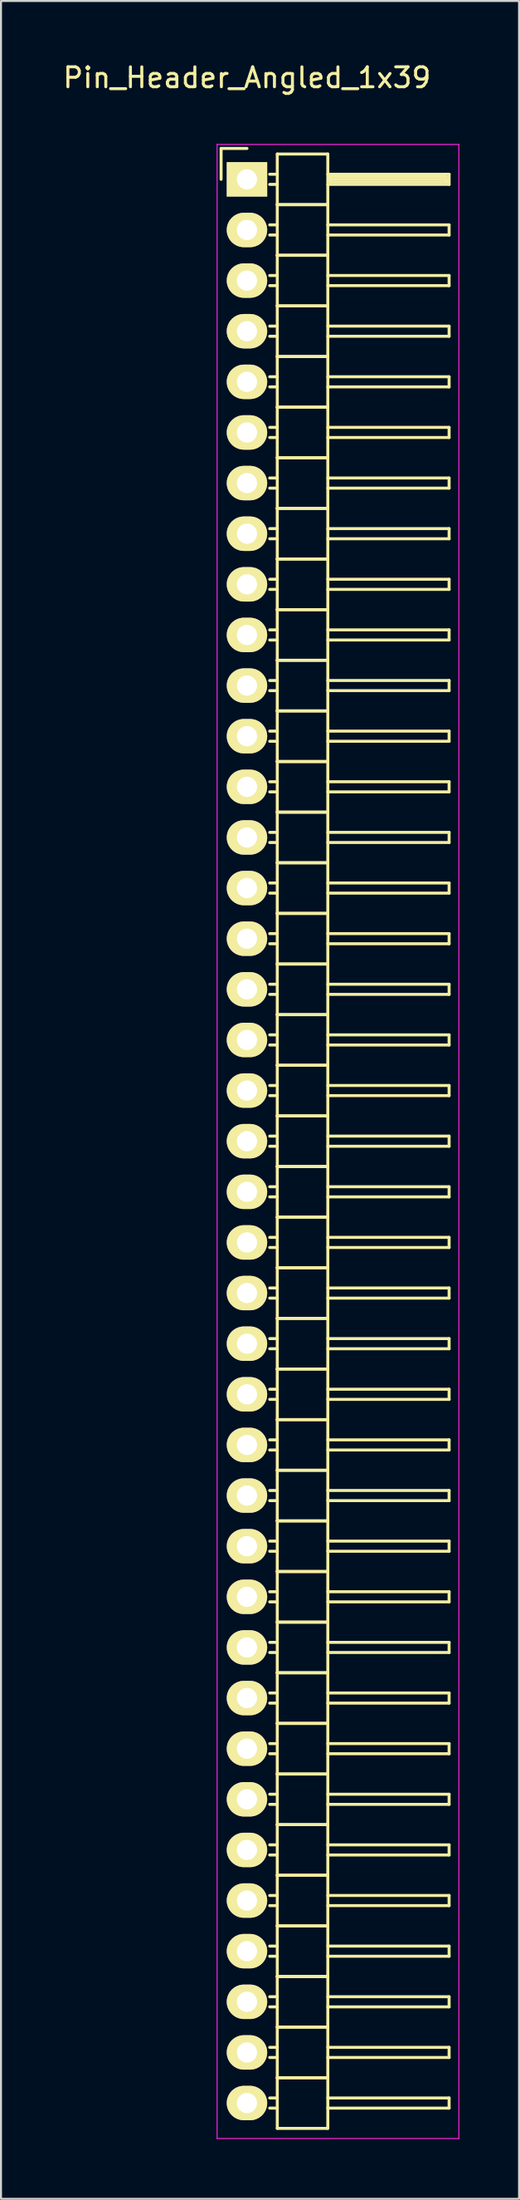
<source format=kicad_pcb>
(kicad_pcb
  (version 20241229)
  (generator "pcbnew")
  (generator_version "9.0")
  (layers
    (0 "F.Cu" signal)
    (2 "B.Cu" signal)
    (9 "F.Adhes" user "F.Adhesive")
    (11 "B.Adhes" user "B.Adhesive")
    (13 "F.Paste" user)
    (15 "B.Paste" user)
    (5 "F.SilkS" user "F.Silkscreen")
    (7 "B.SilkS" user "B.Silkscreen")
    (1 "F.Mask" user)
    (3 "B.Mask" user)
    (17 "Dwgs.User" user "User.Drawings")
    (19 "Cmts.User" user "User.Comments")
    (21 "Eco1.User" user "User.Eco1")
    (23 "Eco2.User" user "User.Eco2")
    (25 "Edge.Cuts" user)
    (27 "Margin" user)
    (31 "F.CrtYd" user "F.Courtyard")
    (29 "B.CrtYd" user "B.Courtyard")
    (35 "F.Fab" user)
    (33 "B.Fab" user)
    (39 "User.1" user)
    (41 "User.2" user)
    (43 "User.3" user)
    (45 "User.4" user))
  (footprint "Pin_Header_Angled_1x39"
    (layer "F.Cu")
    (at 9.363 5.948)
    (property "Reference" "Pin_Header_Angled_1x39" (at 0 -5.1 0) (layer "F.SilkS") (effects (font (size 1 1) (thickness 0.15))))
    (attr through_hole)
    (fp_line (start -1.3 -1.55) (end -1.3 0) (stroke (width 0.15) (type solid)) (layer "F.SilkS"))
    (fp_line (start 0 -1.55) (end -1.3 -1.55) (stroke (width 0.15) (type solid)) (layer "F.SilkS"))
    (fp_line (start 1.524 -1.27) (end 1.524 1.27) (stroke (width 0.15) (type solid)) (layer "F.SilkS"))
    (fp_line (start 1.524 -1.27) (end 4.064 -1.27) (stroke (width 0.15) (type solid)) (layer "F.SilkS"))
    (fp_line (start 1.524 -0.254) (end 1.143 -0.254) (stroke (width 0.15) (type solid)) (layer "F.SilkS"))
    (fp_line (start 1.524 0.254) (end 1.143 0.254) (stroke (width 0.15) (type solid)) (layer "F.SilkS"))
    (fp_line (start 1.524 1.27) (end 1.524 3.81) (stroke (width 0.15) (type solid)) (layer "F.SilkS"))
    (fp_line (start 1.524 1.27) (end 4.064 1.27) (stroke (width 0.15) (type solid)) (layer "F.SilkS"))
    (fp_line (start 1.524 1.27) (end 4.064 1.27) (stroke (width 0.15) (type solid)) (layer "F.SilkS"))
    (fp_line (start 1.524 2.286) (end 1.143 2.286) (stroke (width 0.15) (type solid)) (layer "F.SilkS"))
    (fp_line (start 1.524 2.794) (end 1.143 2.794) (stroke (width 0.15) (type solid)) (layer "F.SilkS"))
    (fp_line (start 1.524 3.81) (end 1.524 6.35) (stroke (width 0.15) (type solid)) (layer "F.SilkS"))
    (fp_line (start 1.524 3.81) (end 4.064 3.81) (stroke (width 0.15) (type solid)) (layer "F.SilkS"))
    (fp_line (start 1.524 3.81) (end 4.064 3.81) (stroke (width 0.15) (type solid)) (layer "F.SilkS"))
    (fp_line (start 1.524 4.826) (end 1.143 4.826) (stroke (width 0.15) (type solid)) (layer "F.SilkS"))
    (fp_line (start 1.524 5.334) (end 1.143 5.334) (stroke (width 0.15) (type solid)) (layer "F.SilkS"))
    (fp_line (start 1.524 6.35) (end 1.524 8.89) (stroke (width 0.15) (type solid)) (layer "F.SilkS"))
    (fp_line (start 1.524 6.35) (end 4.064 6.35) (stroke (width 0.15) (type solid)) (layer "F.SilkS"))
    (fp_line (start 1.524 6.35) (end 4.064 6.35) (stroke (width 0.15) (type solid)) (layer "F.SilkS"))
    (fp_line (start 1.524 7.366) (end 1.143 7.366) (stroke (width 0.15) (type solid)) (layer "F.SilkS"))
    (fp_line (start 1.524 7.874) (end 1.143 7.874) (stroke (width 0.15) (type solid)) (layer "F.SilkS"))
    (fp_line (start 1.524 8.89) (end 1.524 11.43) (stroke (width 0.15) (type solid)) (layer "F.SilkS"))
    (fp_line (start 1.524 8.89) (end 4.064 8.89) (stroke (width 0.15) (type solid)) (layer "F.SilkS"))
    (fp_line (start 1.524 8.89) (end 4.064 8.89) (stroke (width 0.15) (type solid)) (layer "F.SilkS"))
    (fp_line (start 1.524 9.906) (end 1.143 9.906) (stroke (width 0.15) (type solid)) (layer "F.SilkS"))
    (fp_line (start 1.524 10.414) (end 1.143 10.414) (stroke (width 0.15) (type solid)) (layer "F.SilkS"))
    (fp_line (start 1.524 11.43) (end 1.524 13.97) (stroke (width 0.15) (type solid)) (layer "F.SilkS"))
    (fp_line (start 1.524 11.43) (end 4.064 11.43) (stroke (width 0.15) (type solid)) (layer "F.SilkS"))
    (fp_line (start 1.524 11.43) (end 4.064 11.43) (stroke (width 0.15) (type solid)) (layer "F.SilkS"))
    (fp_line (start 1.524 12.446) (end 1.143 12.446) (stroke (width 0.15) (type solid)) (layer "F.SilkS"))
    (fp_line (start 1.524 12.954) (end 1.143 12.954) (stroke (width 0.15) (type solid)) (layer "F.SilkS"))
    (fp_line (start 1.524 13.97) (end 1.524 16.51) (stroke (width 0.15) (type solid)) (layer "F.SilkS"))
    (fp_line (start 1.524 13.97) (end 4.064 13.97) (stroke (width 0.15) (type solid)) (layer "F.SilkS"))
    (fp_line (start 1.524 13.97) (end 4.064 13.97) (stroke (width 0.15) (type solid)) (layer "F.SilkS"))
    (fp_line (start 1.524 14.986) (end 1.143 14.986) (stroke (width 0.15) (type solid)) (layer "F.SilkS"))
    (fp_line (start 1.524 15.494) (end 1.143 15.494) (stroke (width 0.15) (type solid)) (layer "F.SilkS"))
    (fp_line (start 1.524 16.51) (end 1.524 19.05) (stroke (width 0.15) (type solid)) (layer "F.SilkS"))
    (fp_line (start 1.524 16.51) (end 4.064 16.51) (stroke (width 0.15) (type solid)) (layer "F.SilkS"))
    (fp_line (start 1.524 16.51) (end 4.064 16.51) (stroke (width 0.15) (type solid)) (layer "F.SilkS"))
    (fp_line (start 1.524 17.526) (end 1.143 17.526) (stroke (width 0.15) (type solid)) (layer "F.SilkS"))
    (fp_line (start 1.524 18.034) (end 1.143 18.034) (stroke (width 0.15) (type solid)) (layer "F.SilkS"))
    (fp_line (start 1.524 19.05) (end 1.524 21.59) (stroke (width 0.15) (type solid)) (layer "F.SilkS"))
    (fp_line (start 1.524 19.05) (end 4.064 19.05) (stroke (width 0.15) (type solid)) (layer "F.SilkS"))
    (fp_line (start 1.524 19.05) (end 4.064 19.05) (stroke (width 0.15) (type solid)) (layer "F.SilkS"))
    (fp_line (start 1.524 20.066) (end 1.143 20.066) (stroke (width 0.15) (type solid)) (layer "F.SilkS"))
    (fp_line (start 1.524 20.574) (end 1.143 20.574) (stroke (width 0.15) (type solid)) (layer "F.SilkS"))
    (fp_line (start 1.524 21.59) (end 1.524 24.13) (stroke (width 0.15) (type solid)) (layer "F.SilkS"))
    (fp_line (start 1.524 21.59) (end 4.064 21.59) (stroke (width 0.15) (type solid)) (layer "F.SilkS"))
    (fp_line (start 1.524 21.59) (end 4.064 21.59) (stroke (width 0.15) (type solid)) (layer "F.SilkS"))
    (fp_line (start 1.524 22.606) (end 1.143 22.606) (stroke (width 0.15) (type solid)) (layer "F.SilkS"))
    (fp_line (start 1.524 23.114) (end 1.143 23.114) (stroke (width 0.15) (type solid)) (layer "F.SilkS"))
    (fp_line (start 1.524 24.13) (end 1.524 26.67) (stroke (width 0.15) (type solid)) (layer "F.SilkS"))
    (fp_line (start 1.524 24.13) (end 4.064 24.13) (stroke (width 0.15) (type solid)) (layer "F.SilkS"))
    (fp_line (start 1.524 24.13) (end 4.064 24.13) (stroke (width 0.15) (type solid)) (layer "F.SilkS"))
    (fp_line (start 1.524 25.146) (end 1.143 25.146) (stroke (width 0.15) (type solid)) (layer "F.SilkS"))
    (fp_line (start 1.524 25.654) (end 1.143 25.654) (stroke (width 0.15) (type solid)) (layer "F.SilkS"))
    (fp_line (start 1.524 26.67) (end 1.524 29.21) (stroke (width 0.15) (type solid)) (layer "F.SilkS"))
    (fp_line (start 1.524 26.67) (end 4.064 26.67) (stroke (width 0.15) (type solid)) (layer "F.SilkS"))
    (fp_line (start 1.524 26.67) (end 4.064 26.67) (stroke (width 0.15) (type solid)) (layer "F.SilkS"))
    (fp_line (start 1.524 27.686) (end 1.143 27.686) (stroke (width 0.15) (type solid)) (layer "F.SilkS"))
    (fp_line (start 1.524 28.194) (end 1.143 28.194) (stroke (width 0.15) (type solid)) (layer "F.SilkS"))
    (fp_line (start 1.524 29.21) (end 1.524 31.75) (stroke (width 0.15) (type solid)) (layer "F.SilkS"))
    (fp_line (start 1.524 29.21) (end 4.064 29.21) (stroke (width 0.15) (type solid)) (layer "F.SilkS"))
    (fp_line (start 1.524 29.21) (end 4.064 29.21) (stroke (width 0.15) (type solid)) (layer "F.SilkS"))
    (fp_line (start 1.524 30.226) (end 1.143 30.226) (stroke (width 0.15) (type solid)) (layer "F.SilkS"))
    (fp_line (start 1.524 30.734) (end 1.143 30.734) (stroke (width 0.15) (type solid)) (layer "F.SilkS"))
    (fp_line (start 1.524 31.75) (end 1.524 34.29) (stroke (width 0.15) (type solid)) (layer "F.SilkS"))
    (fp_line (start 1.524 31.75) (end 4.064 31.75) (stroke (width 0.15) (type solid)) (layer "F.SilkS"))
    (fp_line (start 1.524 31.75) (end 4.064 31.75) (stroke (width 0.15) (type solid)) (layer "F.SilkS"))
    (fp_line (start 1.524 32.766) (end 1.143 32.766) (stroke (width 0.15) (type solid)) (layer "F.SilkS"))
    (fp_line (start 1.524 33.274) (end 1.143 33.274) (stroke (width 0.15) (type solid)) (layer "F.SilkS"))
    (fp_line (start 1.524 34.29) (end 1.524 36.83) (stroke (width 0.15) (type solid)) (layer "F.SilkS"))
    (fp_line (start 1.524 34.29) (end 4.064 34.29) (stroke (width 0.15) (type solid)) (layer "F.SilkS"))
    (fp_line (start 1.524 34.29) (end 4.064 34.29) (stroke (width 0.15) (type solid)) (layer "F.SilkS"))
    (fp_line (start 1.524 35.306) (end 1.143 35.306) (stroke (width 0.15) (type solid)) (layer "F.SilkS"))
    (fp_line (start 1.524 35.814) (end 1.143 35.814) (stroke (width 0.15) (type solid)) (layer "F.SilkS"))
    (fp_line (start 1.524 36.83) (end 1.524 39.37) (stroke (width 0.15) (type solid)) (layer "F.SilkS"))
    (fp_line (start 1.524 36.83) (end 4.064 36.83) (stroke (width 0.15) (type solid)) (layer "F.SilkS"))
    (fp_line (start 1.524 36.83) (end 4.064 36.83) (stroke (width 0.15) (type solid)) (layer "F.SilkS"))
    (fp_line (start 1.524 37.846) (end 1.143 37.846) (stroke (width 0.15) (type solid)) (layer "F.SilkS"))
    (fp_line (start 1.524 38.354) (end 1.143 38.354) (stroke (width 0.15) (type solid)) (layer "F.SilkS"))
    (fp_line (start 1.524 39.37) (end 1.524 41.91) (stroke (width 0.15) (type solid)) (layer "F.SilkS"))
    (fp_line (start 1.524 39.37) (end 4.064 39.37) (stroke (width 0.15) (type solid)) (layer "F.SilkS"))
    (fp_line (start 1.524 39.37) (end 4.064 39.37) (stroke (width 0.15) (type solid)) (layer "F.SilkS"))
    (fp_line (start 1.524 40.386) (end 1.143 40.386) (stroke (width 0.15) (type solid)) (layer "F.SilkS"))
    (fp_line (start 1.524 40.894) (end 1.143 40.894) (stroke (width 0.15) (type solid)) (layer "F.SilkS"))
    (fp_line (start 1.524 41.91) (end 1.524 44.45) (stroke (width 0.15) (type solid)) (layer "F.SilkS"))
    (fp_line (start 1.524 41.91) (end 4.064 41.91) (stroke (width 0.15) (type solid)) (layer "F.SilkS"))
    (fp_line (start 1.524 41.91) (end 4.064 41.91) (stroke (width 0.15) (type solid)) (layer "F.SilkS"))
    (fp_line (start 1.524 42.926) (end 1.143 42.926) (stroke (width 0.15) (type solid)) (layer "F.SilkS"))
    (fp_line (start 1.524 43.434) (end 1.143 43.434) (stroke (width 0.15) (type solid)) (layer "F.SilkS"))
    (fp_line (start 1.524 44.45) (end 1.524 46.99) (stroke (width 0.15) (type solid)) (layer "F.SilkS"))
    (fp_line (start 1.524 44.45) (end 4.064 44.45) (stroke (width 0.15) (type solid)) (layer "F.SilkS"))
    (fp_line (start 1.524 44.45) (end 4.064 44.45) (stroke (width 0.15) (type solid)) (layer "F.SilkS"))
    (fp_line (start 1.524 45.466) (end 1.143 45.466) (stroke (width 0.15) (type solid)) (layer "F.SilkS"))
    (fp_line (start 1.524 45.974) (end 1.143 45.974) (stroke (width 0.15) (type solid)) (layer "F.SilkS"))
    (fp_line (start 1.524 46.99) (end 1.524 49.53) (stroke (width 0.15) (type solid)) (layer "F.SilkS"))
    (fp_line (start 1.524 46.99) (end 4.064 46.99) (stroke (width 0.15) (type solid)) (layer "F.SilkS"))
    (fp_line (start 1.524 46.99) (end 4.064 46.99) (stroke (width 0.15) (type solid)) (layer "F.SilkS"))
    (fp_line (start 1.524 48.006) (end 1.143 48.006) (stroke (width 0.15) (type solid)) (layer "F.SilkS"))
    (fp_line (start 1.524 48.514) (end 1.143 48.514) (stroke (width 0.15) (type solid)) (layer "F.SilkS"))
    (fp_line (start 1.524 49.53) (end 1.524 52.07) (stroke (width 0.15) (type solid)) (layer "F.SilkS"))
    (fp_line (start 1.524 49.53) (end 4.064 49.53) (stroke (width 0.15) (type solid)) (layer "F.SilkS"))
    (fp_line (start 1.524 49.53) (end 4.064 49.53) (stroke (width 0.15) (type solid)) (layer "F.SilkS"))
    (fp_line (start 1.524 50.546) (end 1.143 50.546) (stroke (width 0.15) (type solid)) (layer "F.SilkS"))
    (fp_line (start 1.524 51.054) (end 1.143 51.054) (stroke (width 0.15) (type solid)) (layer "F.SilkS"))
    (fp_line (start 1.524 52.07) (end 1.524 54.61) (stroke (width 0.15) (type solid)) (layer "F.SilkS"))
    (fp_line (start 1.524 52.07) (end 4.064 52.07) (stroke (width 0.15) (type solid)) (layer "F.SilkS"))
    (fp_line (start 1.524 52.07) (end 4.064 52.07) (stroke (width 0.15) (type solid)) (layer "F.SilkS"))
    (fp_line (start 1.524 53.086) (end 1.143 53.086) (stroke (width 0.15) (type solid)) (layer "F.SilkS"))
    (fp_line (start 1.524 53.594) (end 1.143 53.594) (stroke (width 0.15) (type solid)) (layer "F.SilkS"))
    (fp_line (start 1.524 54.61) (end 1.524 57.15) (stroke (width 0.15) (type solid)) (layer "F.SilkS"))
    (fp_line (start 1.524 54.61) (end 4.064 54.61) (stroke (width 0.15) (type solid)) (layer "F.SilkS"))
    (fp_line (start 1.524 54.61) (end 4.064 54.61) (stroke (width 0.15) (type solid)) (layer "F.SilkS"))
    (fp_line (start 1.524 55.626) (end 1.143 55.626) (stroke (width 0.15) (type solid)) (layer "F.SilkS"))
    (fp_line (start 1.524 56.134) (end 1.143 56.134) (stroke (width 0.15) (type solid)) (layer "F.SilkS"))
    (fp_line (start 1.524 57.15) (end 1.524 59.69) (stroke (width 0.15) (type solid)) (layer "F.SilkS"))
    (fp_line (start 1.524 57.15) (end 4.064 57.15) (stroke (width 0.15) (type solid)) (layer "F.SilkS"))
    (fp_line (start 1.524 57.15) (end 4.064 57.15) (stroke (width 0.15) (type solid)) (layer "F.SilkS"))
    (fp_line (start 1.524 58.166) (end 1.143 58.166) (stroke (width 0.15) (type solid)) (layer "F.SilkS"))
    (fp_line (start 1.524 58.674) (end 1.143 58.674) (stroke (width 0.15) (type solid)) (layer "F.SilkS"))
    (fp_line (start 1.524 59.69) (end 1.524 62.23) (stroke (width 0.15) (type solid)) (layer "F.SilkS"))
    (fp_line (start 1.524 59.69) (end 4.064 59.69) (stroke (width 0.15) (type solid)) (layer "F.SilkS"))
    (fp_line (start 1.524 59.69) (end 4.064 59.69) (stroke (width 0.15) (type solid)) (layer "F.SilkS"))
    (fp_line (start 1.524 60.706) (end 1.143 60.706) (stroke (width 0.15) (type solid)) (layer "F.SilkS"))
    (fp_line (start 1.524 61.214) (end 1.143 61.214) (stroke (width 0.15) (type solid)) (layer "F.SilkS"))
    (fp_line (start 1.524 62.23) (end 1.524 64.77) (stroke (width 0.15) (type solid)) (layer "F.SilkS"))
    (fp_line (start 1.524 62.23) (end 4.064 62.23) (stroke (width 0.15) (type solid)) (layer "F.SilkS"))
    (fp_line (start 1.524 62.23) (end 4.064 62.23) (stroke (width 0.15) (type solid)) (layer "F.SilkS"))
    (fp_line (start 1.524 63.246) (end 1.143 63.246) (stroke (width 0.15) (type solid)) (layer "F.SilkS"))
    (fp_line (start 1.524 63.754) (end 1.143 63.754) (stroke (width 0.15) (type solid)) (layer "F.SilkS"))
    (fp_line (start 1.524 64.77) (end 1.524 67.31) (stroke (width 0.15) (type solid)) (layer "F.SilkS"))
    (fp_line (start 1.524 64.77) (end 4.064 64.77) (stroke (width 0.15) (type solid)) (layer "F.SilkS"))
    (fp_line (start 1.524 64.77) (end 4.064 64.77) (stroke (width 0.15) (type solid)) (layer "F.SilkS"))
    (fp_line (start 1.524 65.786) (end 1.143 65.786) (stroke (width 0.15) (type solid)) (layer "F.SilkS"))
    (fp_line (start 1.524 66.294) (end 1.143 66.294) (stroke (width 0.15) (type solid)) (layer "F.SilkS"))
    (fp_line (start 1.524 67.31) (end 1.524 69.85) (stroke (width 0.15) (type solid)) (layer "F.SilkS"))
    (fp_line (start 1.524 67.31) (end 4.064 67.31) (stroke (width 0.15) (type solid)) (layer "F.SilkS"))
    (fp_line (start 1.524 67.31) (end 4.064 67.31) (stroke (width 0.15) (type solid)) (layer "F.SilkS"))
    (fp_line (start 1.524 68.326) (end 1.143 68.326) (stroke (width 0.15) (type solid)) (layer "F.SilkS"))
    (fp_line (start 1.524 68.834) (end 1.143 68.834) (stroke (width 0.15) (type solid)) (layer "F.SilkS"))
    (fp_line (start 1.524 69.85) (end 1.524 72.39) (stroke (width 0.15) (type solid)) (layer "F.SilkS"))
    (fp_line (start 1.524 69.85) (end 4.064 69.85) (stroke (width 0.15) (type solid)) (layer "F.SilkS"))
    (fp_line (start 1.524 69.85) (end 4.064 69.85) (stroke (width 0.15) (type solid)) (layer "F.SilkS"))
    (fp_line (start 1.524 70.866) (end 1.143 70.866) (stroke (width 0.15) (type solid)) (layer "F.SilkS"))
    (fp_line (start 1.524 71.374) (end 1.143 71.374) (stroke (width 0.15) (type solid)) (layer "F.SilkS"))
    (fp_line (start 1.524 72.39) (end 1.524 74.93) (stroke (width 0.15) (type solid)) (layer "F.SilkS"))
    (fp_line (start 1.524 72.39) (end 4.064 72.39) (stroke (width 0.15) (type solid)) (layer "F.SilkS"))
    (fp_line (start 1.524 72.39) (end 4.064 72.39) (stroke (width 0.15) (type solid)) (layer "F.SilkS"))
    (fp_line (start 1.524 73.406) (end 1.143 73.406) (stroke (width 0.15) (type solid)) (layer "F.SilkS"))
    (fp_line (start 1.524 73.914) (end 1.143 73.914) (stroke (width 0.15) (type solid)) (layer "F.SilkS"))
    (fp_line (start 1.524 74.93) (end 1.524 77.47) (stroke (width 0.15) (type solid)) (layer "F.SilkS"))
    (fp_line (start 1.524 74.93) (end 4.064 74.93) (stroke (width 0.15) (type solid)) (layer "F.SilkS"))
    (fp_line (start 1.524 74.93) (end 4.064 74.93) (stroke (width 0.15) (type solid)) (layer "F.SilkS"))
    (fp_line (start 1.524 75.946) (end 1.143 75.946) (stroke (width 0.15) (type solid)) (layer "F.SilkS"))
    (fp_line (start 1.524 76.454) (end 1.143 76.454) (stroke (width 0.15) (type solid)) (layer "F.SilkS"))
    (fp_line (start 1.524 77.47) (end 1.524 80.01) (stroke (width 0.15) (type solid)) (layer "F.SilkS"))
    (fp_line (start 1.524 77.47) (end 4.064 77.47) (stroke (width 0.15) (type solid)) (layer "F.SilkS"))
    (fp_line (start 1.524 77.47) (end 4.064 77.47) (stroke (width 0.15) (type solid)) (layer "F.SilkS"))
    (fp_line (start 1.524 78.486) (end 1.143 78.486) (stroke (width 0.15) (type solid)) (layer "F.SilkS"))
    (fp_line (start 1.524 78.994) (end 1.143 78.994) (stroke (width 0.15) (type solid)) (layer "F.SilkS"))
    (fp_line (start 1.524 80.01) (end 1.524 82.55) (stroke (width 0.15) (type solid)) (layer "F.SilkS"))
    (fp_line (start 1.524 80.01) (end 4.064 80.01) (stroke (width 0.15) (type solid)) (layer "F.SilkS"))
    (fp_line (start 1.524 80.01) (end 4.064 80.01) (stroke (width 0.15) (type solid)) (layer "F.SilkS"))
    (fp_line (start 1.524 81.026) (end 1.143 81.026) (stroke (width 0.15) (type solid)) (layer "F.SilkS"))
    (fp_line (start 1.524 81.534) (end 1.143 81.534) (stroke (width 0.15) (type solid)) (layer "F.SilkS"))
    (fp_line (start 1.524 82.55) (end 1.524 85.09) (stroke (width 0.15) (type solid)) (layer "F.SilkS"))
    (fp_line (start 1.524 82.55) (end 4.064 82.55) (stroke (width 0.15) (type solid)) (layer "F.SilkS"))
    (fp_line (start 1.524 82.55) (end 4.064 82.55) (stroke (width 0.15) (type solid)) (layer "F.SilkS"))
    (fp_line (start 1.524 83.566) (end 1.143 83.566) (stroke (width 0.15) (type solid)) (layer "F.SilkS"))
    (fp_line (start 1.524 84.074) (end 1.143 84.074) (stroke (width 0.15) (type solid)) (layer "F.SilkS"))
    (fp_line (start 1.524 85.09) (end 1.524 87.63) (stroke (width 0.15) (type solid)) (layer "F.SilkS"))
    (fp_line (start 1.524 85.09) (end 4.064 85.09) (stroke (width 0.15) (type solid)) (layer "F.SilkS"))
    (fp_line (start 1.524 85.09) (end 4.064 85.09) (stroke (width 0.15) (type solid)) (layer "F.SilkS"))
    (fp_line (start 1.524 86.106) (end 1.143 86.106) (stroke (width 0.15) (type solid)) (layer "F.SilkS"))
    (fp_line (start 1.524 86.614) (end 1.143 86.614) (stroke (width 0.15) (type solid)) (layer "F.SilkS"))
    (fp_line (start 1.524 87.63) (end 1.524 90.17) (stroke (width 0.15) (type solid)) (layer "F.SilkS"))
    (fp_line (start 1.524 87.63) (end 4.064 87.63) (stroke (width 0.15) (type solid)) (layer "F.SilkS"))
    (fp_line (start 1.524 87.63) (end 4.064 87.63) (stroke (width 0.15) (type solid)) (layer "F.SilkS"))
    (fp_line (start 1.524 88.646) (end 1.143 88.646) (stroke (width 0.15) (type solid)) (layer "F.SilkS"))
    (fp_line (start 1.524 89.154) (end 1.143 89.154) (stroke (width 0.15) (type solid)) (layer "F.SilkS"))
    (fp_line (start 1.524 90.17) (end 1.524 92.71) (stroke (width 0.15) (type solid)) (layer "F.SilkS"))
    (fp_line (start 1.524 90.17) (end 4.064 90.17) (stroke (width 0.15) (type solid)) (layer "F.SilkS"))
    (fp_line (start 1.524 90.17) (end 4.064 90.17) (stroke (width 0.15) (type solid)) (layer "F.SilkS"))
    (fp_line (start 1.524 91.186) (end 1.143 91.186) (stroke (width 0.15) (type solid)) (layer "F.SilkS"))
    (fp_line (start 1.524 91.694) (end 1.143 91.694) (stroke (width 0.15) (type solid)) (layer "F.SilkS"))
    (fp_line (start 1.524 92.71) (end 1.524 95.25) (stroke (width 0.15) (type solid)) (layer "F.SilkS"))
    (fp_line (start 1.524 92.71) (end 4.064 92.71) (stroke (width 0.15) (type solid)) (layer "F.SilkS"))
    (fp_line (start 1.524 92.71) (end 4.064 92.71) (stroke (width 0.15) (type solid)) (layer "F.SilkS"))
    (fp_line (start 1.524 93.726) (end 1.143 93.726) (stroke (width 0.15) (type solid)) (layer "F.SilkS"))
    (fp_line (start 1.524 94.234) (end 1.143 94.234) (stroke (width 0.15) (type solid)) (layer "F.SilkS"))
    (fp_line (start 1.524 95.25) (end 1.524 97.79) (stroke (width 0.15) (type solid)) (layer "F.SilkS"))
    (fp_line (start 1.524 95.25) (end 4.064 95.25) (stroke (width 0.15) (type solid)) (layer "F.SilkS"))
    (fp_line (start 1.524 95.25) (end 4.064 95.25) (stroke (width 0.15) (type solid)) (layer "F.SilkS"))
    (fp_line (start 1.524 96.266) (end 1.143 96.266) (stroke (width 0.15) (type solid)) (layer "F.SilkS"))
    (fp_line (start 1.524 96.774) (end 1.143 96.774) (stroke (width 0.15) (type solid)) (layer "F.SilkS"))
    (fp_line (start 1.524 97.79) (end 4.064 97.79) (stroke (width 0.15) (type solid)) (layer "F.SilkS"))
    (fp_line (start 4.064 -0.254) (end 10.16 -0.254) (stroke (width 0.15) (type solid)) (layer "F.SilkS"))
    (fp_line (start 4.064 1.27) (end 4.064 -1.27) (stroke (width 0.15) (type solid)) (layer "F.SilkS"))
    (fp_line (start 4.064 2.286) (end 10.16 2.286) (stroke (width 0.15) (type solid)) (layer "F.SilkS"))
    (fp_line (start 4.064 3.81) (end 4.064 1.27) (stroke (width 0.15) (type solid)) (layer "F.SilkS"))
    (fp_line (start 4.064 4.826) (end 10.16 4.826) (stroke (width 0.15) (type solid)) (layer "F.SilkS"))
    (fp_line (start 4.064 6.35) (end 4.064 3.81) (stroke (width 0.15) (type solid)) (layer "F.SilkS"))
    (fp_line (start 4.064 7.366) (end 10.16 7.366) (stroke (width 0.15) (type solid)) (layer "F.SilkS"))
    (fp_line (start 4.064 8.89) (end 4.064 6.35) (stroke (width 0.15) (type solid)) (layer "F.SilkS"))
    (fp_line (start 4.064 9.906) (end 10.16 9.906) (stroke (width 0.15) (type solid)) (layer "F.SilkS"))
    (fp_line (start 4.064 11.43) (end 4.064 8.89) (stroke (width 0.15) (type solid)) (layer "F.SilkS"))
    (fp_line (start 4.064 12.446) (end 10.16 12.446) (stroke (width 0.15) (type solid)) (layer "F.SilkS"))
    (fp_line (start 4.064 13.97) (end 4.064 11.43) (stroke (width 0.15) (type solid)) (layer "F.SilkS"))
    (fp_line (start 4.064 14.986) (end 10.16 14.986) (stroke (width 0.15) (type solid)) (layer "F.SilkS"))
    (fp_line (start 4.064 16.51) (end 4.064 13.97) (stroke (width 0.15) (type solid)) (layer "F.SilkS"))
    (fp_line (start 4.064 17.526) (end 10.16 17.526) (stroke (width 0.15) (type solid)) (layer "F.SilkS"))
    (fp_line (start 4.064 19.05) (end 4.064 16.51) (stroke (width 0.15) (type solid)) (layer "F.SilkS"))
    (fp_line (start 4.064 20.066) (end 10.16 20.066) (stroke (width 0.15) (type solid)) (layer "F.SilkS"))
    (fp_line (start 4.064 21.59) (end 4.064 19.05) (stroke (width 0.15) (type solid)) (layer "F.SilkS"))
    (fp_line (start 4.064 22.606) (end 10.16 22.606) (stroke (width 0.15) (type solid)) (layer "F.SilkS"))
    (fp_line (start 4.064 24.13) (end 4.064 21.59) (stroke (width 0.15) (type solid)) (layer "F.SilkS"))
    (fp_line (start 4.064 25.146) (end 10.16 25.146) (stroke (width 0.15) (type solid)) (layer "F.SilkS"))
    (fp_line (start 4.064 26.67) (end 4.064 24.13) (stroke (width 0.15) (type solid)) (layer "F.SilkS"))
    (fp_line (start 4.064 27.686) (end 10.16 27.686) (stroke (width 0.15) (type solid)) (layer "F.SilkS"))
    (fp_line (start 4.064 29.21) (end 4.064 26.67) (stroke (width 0.15) (type solid)) (layer "F.SilkS"))
    (fp_line (start 4.064 30.226) (end 10.16 30.226) (stroke (width 0.15) (type solid)) (layer "F.SilkS"))
    (fp_line (start 4.064 31.75) (end 4.064 29.21) (stroke (width 0.15) (type solid)) (layer "F.SilkS"))
    (fp_line (start 4.064 32.766) (end 10.16 32.766) (stroke (width 0.15) (type solid)) (layer "F.SilkS"))
    (fp_line (start 4.064 34.29) (end 4.064 31.75) (stroke (width 0.15) (type solid)) (layer "F.SilkS"))
    (fp_line (start 4.064 35.306) (end 10.16 35.306) (stroke (width 0.15) (type solid)) (layer "F.SilkS"))
    (fp_line (start 4.064 36.83) (end 4.064 34.29) (stroke (width 0.15) (type solid)) (layer "F.SilkS"))
    (fp_line (start 4.064 37.846) (end 10.16 37.846) (stroke (width 0.15) (type solid)) (layer "F.SilkS"))
    (fp_line (start 4.064 39.37) (end 4.064 36.83) (stroke (width 0.15) (type solid)) (layer "F.SilkS"))
    (fp_line (start 4.064 40.386) (end 10.16 40.386) (stroke (width 0.15) (type solid)) (layer "F.SilkS"))
    (fp_line (start 4.064 41.91) (end 4.064 39.37) (stroke (width 0.15) (type solid)) (layer "F.SilkS"))
    (fp_line (start 4.064 42.926) (end 10.16 42.926) (stroke (width 0.15) (type solid)) (layer "F.SilkS"))
    (fp_line (start 4.064 44.45) (end 4.064 41.91) (stroke (width 0.15) (type solid)) (layer "F.SilkS"))
    (fp_line (start 4.064 45.466) (end 10.16 45.466) (stroke (width 0.15) (type solid)) (layer "F.SilkS"))
    (fp_line (start 4.064 46.99) (end 4.064 44.45) (stroke (width 0.15) (type solid)) (layer "F.SilkS"))
    (fp_line (start 4.064 48.006) (end 10.16 48.006) (stroke (width 0.15) (type solid)) (layer "F.SilkS"))
    (fp_line (start 4.064 49.53) (end 4.064 46.99) (stroke (width 0.15) (type solid)) (layer "F.SilkS"))
    (fp_line (start 4.064 50.546) (end 10.16 50.546) (stroke (width 0.15) (type solid)) (layer "F.SilkS"))
    (fp_line (start 4.064 52.07) (end 4.064 49.53) (stroke (width 0.15) (type solid)) (layer "F.SilkS"))
    (fp_line (start 4.064 53.086) (end 10.16 53.086) (stroke (width 0.15) (type solid)) (layer "F.SilkS"))
    (fp_line (start 4.064 54.61) (end 4.064 52.07) (stroke (width 0.15) (type solid)) (layer "F.SilkS"))
    (fp_line (start 4.064 55.626) (end 10.16 55.626) (stroke (width 0.15) (type solid)) (layer "F.SilkS"))
    (fp_line (start 4.064 57.15) (end 4.064 54.61) (stroke (width 0.15) (type solid)) (layer "F.SilkS"))
    (fp_line (start 4.064 58.166) (end 10.16 58.166) (stroke (width 0.15) (type solid)) (layer "F.SilkS"))
    (fp_line (start 4.064 59.69) (end 4.064 57.15) (stroke (width 0.15) (type solid)) (layer "F.SilkS"))
    (fp_line (start 4.064 60.706) (end 10.16 60.706) (stroke (width 0.15) (type solid)) (layer "F.SilkS"))
    (fp_line (start 4.064 62.23) (end 4.064 59.69) (stroke (width 0.15) (type solid)) (layer "F.SilkS"))
    (fp_line (start 4.064 63.246) (end 10.16 63.246) (stroke (width 0.15) (type solid)) (layer "F.SilkS"))
    (fp_line (start 4.064 64.77) (end 4.064 62.23) (stroke (width 0.15) (type solid)) (layer "F.SilkS"))
    (fp_line (start 4.064 65.786) (end 10.16 65.786) (stroke (width 0.15) (type solid)) (layer "F.SilkS"))
    (fp_line (start 4.064 67.31) (end 4.064 64.77) (stroke (width 0.15) (type solid)) (layer "F.SilkS"))
    (fp_line (start 4.064 68.326) (end 10.16 68.326) (stroke (width 0.15) (type solid)) (layer "F.SilkS"))
    (fp_line (start 4.064 69.85) (end 4.064 67.31) (stroke (width 0.15) (type solid)) (layer "F.SilkS"))
    (fp_line (start 4.064 70.866) (end 10.16 70.866) (stroke (width 0.15) (type solid)) (layer "F.SilkS"))
    (fp_line (start 4.064 72.39) (end 4.064 69.85) (stroke (width 0.15) (type solid)) (layer "F.SilkS"))
    (fp_line (start 4.064 73.406) (end 10.16 73.406) (stroke (width 0.15) (type solid)) (layer "F.SilkS"))
    (fp_line (start 4.064 74.93) (end 4.064 72.39) (stroke (width 0.15) (type solid)) (layer "F.SilkS"))
    (fp_line (start 4.064 75.946) (end 10.16 75.946) (stroke (width 0.15) (type solid)) (layer "F.SilkS"))
    (fp_line (start 4.064 77.47) (end 4.064 74.93) (stroke (width 0.15) (type solid)) (layer "F.SilkS"))
    (fp_line (start 4.064 78.486) (end 10.16 78.486) (stroke (width 0.15) (type solid)) (layer "F.SilkS"))
    (fp_line (start 4.064 80.01) (end 4.064 77.47) (stroke (width 0.15) (type solid)) (layer "F.SilkS"))
    (fp_line (start 4.064 81.026) (end 10.16 81.026) (stroke (width 0.15) (type solid)) (layer "F.SilkS"))
    (fp_line (start 4.064 82.55) (end 4.064 80.01) (stroke (width 0.15) (type solid)) (layer "F.SilkS"))
    (fp_line (start 4.064 83.566) (end 10.16 83.566) (stroke (width 0.15) (type solid)) (layer "F.SilkS"))
    (fp_line (start 4.064 85.09) (end 4.064 82.55) (stroke (width 0.15) (type solid)) (layer "F.SilkS"))
    (fp_line (start 4.064 86.106) (end 10.16 86.106) (stroke (width 0.15) (type solid)) (layer "F.SilkS"))
    (fp_line (start 4.064 87.63) (end 4.064 85.09) (stroke (width 0.15) (type solid)) (layer "F.SilkS"))
    (fp_line (start 4.064 88.646) (end 10.16 88.646) (stroke (width 0.15) (type solid)) (layer "F.SilkS"))
    (fp_line (start 4.064 90.17) (end 4.064 87.63) (stroke (width 0.15) (type solid)) (layer "F.SilkS"))
    (fp_line (start 4.064 91.186) (end 10.16 91.186) (stroke (width 0.15) (type solid)) (layer "F.SilkS"))
    (fp_line (start 4.064 92.71) (end 4.064 90.17) (stroke (width 0.15) (type solid)) (layer "F.SilkS"))
    (fp_line (start 4.064 93.726) (end 10.16 93.726) (stroke (width 0.15) (type solid)) (layer "F.SilkS"))
    (fp_line (start 4.064 95.25) (end 4.064 92.71) (stroke (width 0.15) (type solid)) (layer "F.SilkS"))
    (fp_line (start 4.064 96.266) (end 10.16 96.266) (stroke (width 0.15) (type solid)) (layer "F.SilkS"))
    (fp_line (start 4.064 97.79) (end 4.064 95.25) (stroke (width 0.15) (type solid)) (layer "F.SilkS"))
    (fp_line (start 4.191 -0.127) (end 4.191 0.127) (stroke (width 0.15) (type solid)) (layer "F.SilkS"))
    (fp_line (start 4.191 0.127) (end 10.033 0.127) (stroke (width 0.15) (type solid)) (layer "F.SilkS"))
    (fp_line (start 10.033 -0.127) (end 4.191 -0.127) (stroke (width 0.15) (type solid)) (layer "F.SilkS"))
    (fp_line (start 10.033 0) (end 4.191 0) (stroke (width 0.15) (type solid)) (layer "F.SilkS"))
    (fp_line (start 10.033 0.127) (end 10.033 0) (stroke (width 0.15) (type solid)) (layer "F.SilkS"))
    (fp_line (start 10.16 -0.254) (end 10.16 0.254) (stroke (width 0.15) (type solid)) (layer "F.SilkS"))
    (fp_line (start 10.16 0.254) (end 4.064 0.254) (stroke (width 0.15) (type solid)) (layer "F.SilkS"))
    (fp_line (start 10.16 2.286) (end 10.16 2.794) (stroke (width 0.15) (type solid)) (layer "F.SilkS"))
    (fp_line (start 10.16 2.794) (end 4.064 2.794) (stroke (width 0.15) (type solid)) (layer "F.SilkS"))
    (fp_line (start 10.16 4.826) (end 10.16 5.334) (stroke (width 0.15) (type solid)) (layer "F.SilkS"))
    (fp_line (start 10.16 5.334) (end 4.064 5.334) (stroke (width 0.15) (type solid)) (layer "F.SilkS"))
    (fp_line (start 10.16 7.366) (end 10.16 7.874) (stroke (width 0.15) (type solid)) (layer "F.SilkS"))
    (fp_line (start 10.16 7.874) (end 4.064 7.874) (stroke (width 0.15) (type solid)) (layer "F.SilkS"))
    (fp_line (start 10.16 9.906) (end 10.16 10.414) (stroke (width 0.15) (type solid)) (layer "F.SilkS"))
    (fp_line (start 10.16 10.414) (end 4.064 10.414) (stroke (width 0.15) (type solid)) (layer "F.SilkS"))
    (fp_line (start 10.16 12.446) (end 10.16 12.954) (stroke (width 0.15) (type solid)) (layer "F.SilkS"))
    (fp_line (start 10.16 12.954) (end 4.064 12.954) (stroke (width 0.15) (type solid)) (layer "F.SilkS"))
    (fp_line (start 10.16 14.986) (end 10.16 15.494) (stroke (width 0.15) (type solid)) (layer "F.SilkS"))
    (fp_line (start 10.16 15.494) (end 4.064 15.494) (stroke (width 0.15) (type solid)) (layer "F.SilkS"))
    (fp_line (start 10.16 17.526) (end 10.16 18.034) (stroke (width 0.15) (type solid)) (layer "F.SilkS"))
    (fp_line (start 10.16 18.034) (end 4.064 18.034) (stroke (width 0.15) (type solid)) (layer "F.SilkS"))
    (fp_line (start 10.16 20.066) (end 10.16 20.574) (stroke (width 0.15) (type solid)) (layer "F.SilkS"))
    (fp_line (start 10.16 20.574) (end 4.064 20.574) (stroke (width 0.15) (type solid)) (layer "F.SilkS"))
    (fp_line (start 10.16 22.606) (end 10.16 23.114) (stroke (width 0.15) (type solid)) (layer "F.SilkS"))
    (fp_line (start 10.16 23.114) (end 4.064 23.114) (stroke (width 0.15) (type solid)) (layer "F.SilkS"))
    (fp_line (start 10.16 25.146) (end 10.16 25.654) (stroke (width 0.15) (type solid)) (layer "F.SilkS"))
    (fp_line (start 10.16 25.654) (end 4.064 25.654) (stroke (width 0.15) (type solid)) (layer "F.SilkS"))
    (fp_line (start 10.16 27.686) (end 10.16 28.194) (stroke (width 0.15) (type solid)) (layer "F.SilkS"))
    (fp_line (start 10.16 28.194) (end 4.064 28.194) (stroke (width 0.15) (type solid)) (layer "F.SilkS"))
    (fp_line (start 10.16 30.226) (end 10.16 30.734) (stroke (width 0.15) (type solid)) (layer "F.SilkS"))
    (fp_line (start 10.16 30.734) (end 4.064 30.734) (stroke (width 0.15) (type solid)) (layer "F.SilkS"))
    (fp_line (start 10.16 32.766) (end 10.16 33.274) (stroke (width 0.15) (type solid)) (layer "F.SilkS"))
    (fp_line (start 10.16 33.274) (end 4.064 33.274) (stroke (width 0.15) (type solid)) (layer "F.SilkS"))
    (fp_line (start 10.16 35.306) (end 10.16 35.814) (stroke (width 0.15) (type solid)) (layer "F.SilkS"))
    (fp_line (start 10.16 35.814) (end 4.064 35.814) (stroke (width 0.15) (type solid)) (layer "F.SilkS"))
    (fp_line (start 10.16 37.846) (end 10.16 38.354) (stroke (width 0.15) (type solid)) (layer "F.SilkS"))
    (fp_line (start 10.16 38.354) (end 4.064 38.354) (stroke (width 0.15) (type solid)) (layer "F.SilkS"))
    (fp_line (start 10.16 40.386) (end 10.16 40.894) (stroke (width 0.15) (type solid)) (layer "F.SilkS"))
    (fp_line (start 10.16 40.894) (end 4.064 40.894) (stroke (width 0.15) (type solid)) (layer "F.SilkS"))
    (fp_line (start 10.16 42.926) (end 10.16 43.434) (stroke (width 0.15) (type solid)) (layer "F.SilkS"))
    (fp_line (start 10.16 43.434) (end 4.064 43.434) (stroke (width 0.15) (type solid)) (layer "F.SilkS"))
    (fp_line (start 10.16 45.466) (end 10.16 45.974) (stroke (width 0.15) (type solid)) (layer "F.SilkS"))
    (fp_line (start 10.16 45.974) (end 4.064 45.974) (stroke (width 0.15) (type solid)) (layer "F.SilkS"))
    (fp_line (start 10.16 48.006) (end 10.16 48.514) (stroke (width 0.15) (type solid)) (layer "F.SilkS"))
    (fp_line (start 10.16 48.514) (end 4.064 48.514) (stroke (width 0.15) (type solid)) (layer "F.SilkS"))
    (fp_line (start 10.16 50.546) (end 10.16 51.054) (stroke (width 0.15) (type solid)) (layer "F.SilkS"))
    (fp_line (start 10.16 51.054) (end 4.064 51.054) (stroke (width 0.15) (type solid)) (layer "F.SilkS"))
    (fp_line (start 10.16 53.086) (end 10.16 53.594) (stroke (width 0.15) (type solid)) (layer "F.SilkS"))
    (fp_line (start 10.16 53.594) (end 4.064 53.594) (stroke (width 0.15) (type solid)) (layer "F.SilkS"))
    (fp_line (start 10.16 55.626) (end 10.16 56.134) (stroke (width 0.15) (type solid)) (layer "F.SilkS"))
    (fp_line (start 10.16 56.134) (end 4.064 56.134) (stroke (width 0.15) (type solid)) (layer "F.SilkS"))
    (fp_line (start 10.16 58.166) (end 10.16 58.674) (stroke (width 0.15) (type solid)) (layer "F.SilkS"))
    (fp_line (start 10.16 58.674) (end 4.064 58.674) (stroke (width 0.15) (type solid)) (layer "F.SilkS"))
    (fp_line (start 10.16 60.706) (end 10.16 61.214) (stroke (width 0.15) (type solid)) (layer "F.SilkS"))
    (fp_line (start 10.16 61.214) (end 4.064 61.214) (stroke (width 0.15) (type solid)) (layer "F.SilkS"))
    (fp_line (start 10.16 63.246) (end 10.16 63.754) (stroke (width 0.15) (type solid)) (layer "F.SilkS"))
    (fp_line (start 10.16 63.754) (end 4.064 63.754) (stroke (width 0.15) (type solid)) (layer "F.SilkS"))
    (fp_line (start 10.16 65.786) (end 10.16 66.294) (stroke (width 0.15) (type solid)) (layer "F.SilkS"))
    (fp_line (start 10.16 66.294) (end 4.064 66.294) (stroke (width 0.15) (type solid)) (layer "F.SilkS"))
    (fp_line (start 10.16 68.326) (end 10.16 68.834) (stroke (width 0.15) (type solid)) (layer "F.SilkS"))
    (fp_line (start 10.16 68.834) (end 4.064 68.834) (stroke (width 0.15) (type solid)) (layer "F.SilkS"))
    (fp_line (start 10.16 70.866) (end 10.16 71.374) (stroke (width 0.15) (type solid)) (layer "F.SilkS"))
    (fp_line (start 10.16 71.374) (end 4.064 71.374) (stroke (width 0.15) (type solid)) (layer "F.SilkS"))
    (fp_line (start 10.16 73.406) (end 10.16 73.914) (stroke (width 0.15) (type solid)) (layer "F.SilkS"))
    (fp_line (start 10.16 73.914) (end 4.064 73.914) (stroke (width 0.15) (type solid)) (layer "F.SilkS"))
    (fp_line (start 10.16 75.946) (end 10.16 76.454) (stroke (width 0.15) (type solid)) (layer "F.SilkS"))
    (fp_line (start 10.16 76.454) (end 4.064 76.454) (stroke (width 0.15) (type solid)) (layer "F.SilkS"))
    (fp_line (start 10.16 78.486) (end 10.16 78.994) (stroke (width 0.15) (type solid)) (layer "F.SilkS"))
    (fp_line (start 10.16 78.994) (end 4.064 78.994) (stroke (width 0.15) (type solid)) (layer "F.SilkS"))
    (fp_line (start 10.16 81.026) (end 10.16 81.534) (stroke (width 0.15) (type solid)) (layer "F.SilkS"))
    (fp_line (start 10.16 81.534) (end 4.064 81.534) (stroke (width 0.15) (type solid)) (layer "F.SilkS"))
    (fp_line (start 10.16 83.566) (end 10.16 84.074) (stroke (width 0.15) (type solid)) (layer "F.SilkS"))
    (fp_line (start 10.16 84.074) (end 4.064 84.074) (stroke (width 0.15) (type solid)) (layer "F.SilkS"))
    (fp_line (start 10.16 86.106) (end 10.16 86.614) (stroke (width 0.15) (type solid)) (layer "F.SilkS"))
    (fp_line (start 10.16 86.614) (end 4.064 86.614) (stroke (width 0.15) (type solid)) (layer "F.SilkS"))
    (fp_line (start 10.16 88.646) (end 10.16 89.154) (stroke (width 0.15) (type solid)) (layer "F.SilkS"))
    (fp_line (start 10.16 89.154) (end 4.064 89.154) (stroke (width 0.15) (type solid)) (layer "F.SilkS"))
    (fp_line (start 10.16 91.186) (end 10.16 91.694) (stroke (width 0.15) (type solid)) (layer "F.SilkS"))
    (fp_line (start 10.16 91.694) (end 4.064 91.694) (stroke (width 0.15) (type solid)) (layer "F.SilkS"))
    (fp_line (start 10.16 93.726) (end 10.16 94.234) (stroke (width 0.15) (type solid)) (layer "F.SilkS"))
    (fp_line (start 10.16 94.234) (end 4.064 94.234) (stroke (width 0.15) (type solid)) (layer "F.SilkS"))
    (fp_line (start 10.16 96.266) (end 10.16 96.774) (stroke (width 0.15) (type solid)) (layer "F.SilkS"))
    (fp_line (start 10.16 96.774) (end 4.064 96.774) (stroke (width 0.15) (type solid)) (layer "F.SilkS"))
    (fp_line (start -1.5 -1.75) (end -1.5 98.3) (stroke (width 0.05) (type solid)) (layer "F.CrtYd"))
    (fp_line (start -1.5 -1.75) (end 10.65 -1.75) (stroke (width 0.05) (type solid)) (layer "F.CrtYd"))
    (fp_line (start -1.5 98.3) (end 10.65 98.3) (stroke (width 0.05) (type solid)) (layer "F.CrtYd"))
    (fp_line (start 10.65 -1.75) (end 10.65 98.3) (stroke (width 0.05) (type solid)) (layer "F.CrtYd"))
    (pad "1" thru_hole rect (at 0 0) (size 2.032 1.727) (drill 1.016) (layers "*.Cu" "*.Mask" "F.SilkS"))
    (pad "2" thru_hole oval (at 0 2.54) (size 2.032 1.727) (drill 1.016) (layers "*.Cu" "*.Mask" "F.SilkS"))
    (pad "3" thru_hole oval (at 0 5.08) (size 2.032 1.727) (drill 1.016) (layers "*.Cu" "*.Mask" "F.SilkS"))
    (pad "4" thru_hole oval (at 0 7.62) (size 2.032 1.727) (drill 1.016) (layers "*.Cu" "*.Mask" "F.SilkS"))
    (pad "5" thru_hole oval (at 0 10.16) (size 2.032 1.727) (drill 1.016) (layers "*.Cu" "*.Mask" "F.SilkS"))
    (pad "6" thru_hole oval (at 0 12.7) (size 2.032 1.727) (drill 1.016) (layers "*.Cu" "*.Mask" "F.SilkS"))
    (pad "7" thru_hole oval (at 0 15.24) (size 2.032 1.727) (drill 1.016) (layers "*.Cu" "*.Mask" "F.SilkS"))
    (pad "8" thru_hole oval (at 0 17.78) (size 2.032 1.727) (drill 1.016) (layers "*.Cu" "*.Mask" "F.SilkS"))
    (pad "9" thru_hole oval (at 0 20.32) (size 2.032 1.727) (drill 1.016) (layers "*.Cu" "*.Mask" "F.SilkS"))
    (pad "10" thru_hole oval (at 0 22.86) (size 2.032 1.727) (drill 1.016) (layers "*.Cu" "*.Mask" "F.SilkS"))
    (pad "11" thru_hole oval (at 0 25.4) (size 2.032 1.727) (drill 1.016) (layers "*.Cu" "*.Mask" "F.SilkS"))
    (pad "12" thru_hole oval (at 0 27.94) (size 2.032 1.727) (drill 1.016) (layers "*.Cu" "*.Mask" "F.SilkS"))
    (pad "13" thru_hole oval (at 0 30.48) (size 2.032 1.727) (drill 1.016) (layers "*.Cu" "*.Mask" "F.SilkS"))
    (pad "14" thru_hole oval (at 0 33.02) (size 2.032 1.727) (drill 1.016) (layers "*.Cu" "*.Mask" "F.SilkS"))
    (pad "15" thru_hole oval (at 0 35.56) (size 2.032 1.727) (drill 1.016) (layers "*.Cu" "*.Mask" "F.SilkS"))
    (pad "16" thru_hole oval (at 0 38.1) (size 2.032 1.727) (drill 1.016) (layers "*.Cu" "*.Mask" "F.SilkS"))
    (pad "17" thru_hole oval (at 0 40.64) (size 2.032 1.727) (drill 1.016) (layers "*.Cu" "*.Mask" "F.SilkS"))
    (pad "18" thru_hole oval (at 0 43.18) (size 2.032 1.727) (drill 1.016) (layers "*.Cu" "*.Mask" "F.SilkS"))
    (pad "19" thru_hole oval (at 0 45.72) (size 2.032 1.727) (drill 1.016) (layers "*.Cu" "*.Mask" "F.SilkS"))
    (pad "20" thru_hole oval (at 0 48.26) (size 2.032 1.727) (drill 1.016) (layers "*.Cu" "*.Mask" "F.SilkS"))
    (pad "21" thru_hole oval (at 0 50.8) (size 2.032 1.727) (drill 1.016) (layers "*.Cu" "*.Mask" "F.SilkS"))
    (pad "22" thru_hole oval (at 0 53.34) (size 2.032 1.727) (drill 1.016) (layers "*.Cu" "*.Mask" "F.SilkS"))
    (pad "23" thru_hole oval (at 0 55.88) (size 2.032 1.727) (drill 1.016) (layers "*.Cu" "*.Mask" "F.SilkS"))
    (pad "24" thru_hole oval (at 0 58.42) (size 2.032 1.727) (drill 1.016) (layers "*.Cu" "*.Mask" "F.SilkS"))
    (pad "25" thru_hole oval (at 0 60.96) (size 2.032 1.727) (drill 1.016) (layers "*.Cu" "*.Mask" "F.SilkS"))
    (pad "26" thru_hole oval (at 0 63.5) (size 2.032 1.727) (drill 1.016) (layers "*.Cu" "*.Mask" "F.SilkS"))
    (pad "27" thru_hole oval (at 0 66.04) (size 2.032 1.727) (drill 1.016) (layers "*.Cu" "*.Mask" "F.SilkS"))
    (pad "28" thru_hole oval (at 0 68.58) (size 2.032 1.727) (drill 1.016) (layers "*.Cu" "*.Mask" "F.SilkS"))
    (pad "29" thru_hole oval (at 0 71.12) (size 2.032 1.727) (drill 1.016) (layers "*.Cu" "*.Mask" "F.SilkS"))
    (pad "30" thru_hole oval (at 0 73.66) (size 2.032 1.727) (drill 1.016) (layers "*.Cu" "*.Mask" "F.SilkS"))
    (pad "31" thru_hole oval (at 0 76.2) (size 2.032 1.727) (drill 1.016) (layers "*.Cu" "*.Mask" "F.SilkS"))
    (pad "32" thru_hole oval (at 0 78.74) (size 2.032 1.727) (drill 1.016) (layers "*.Cu" "*.Mask" "F.SilkS"))
    (pad "33" thru_hole oval (at 0 81.28) (size 2.032 1.727) (drill 1.016) (layers "*.Cu" "*.Mask" "F.SilkS"))
    (pad "34" thru_hole oval (at 0 83.82) (size 2.032 1.727) (drill 1.016) (layers "*.Cu" "*.Mask" "F.SilkS"))
    (pad "35" thru_hole oval (at 0 86.36) (size 2.032 1.727) (drill 1.016) (layers "*.Cu" "*.Mask" "F.SilkS"))
    (pad "36" thru_hole oval (at 0 88.9) (size 2.032 1.727) (drill 1.016) (layers "*.Cu" "*.Mask" "F.SilkS"))
    (pad "37" thru_hole oval (at 0 91.44) (size 2.032 1.727) (drill 1.016) (layers "*.Cu" "*.Mask" "F.SilkS"))
    (pad "38" thru_hole oval (at 0 93.98) (size 2.032 1.727) (drill 1.016) (layers "*.Cu" "*.Mask" "F.SilkS"))
    (pad "39" thru_hole oval (at 0 96.52) (size 2.032 1.727) (drill 1.016) (layers "*.Cu" "*.Mask" "F.SilkS")))
  (gr_rect
    (start -3 -3)
    (end 23.038 107.273)
    (stroke (width 0.1) (type default))
    (fill no)
    (layer "Edge.Cuts")))
</source>
